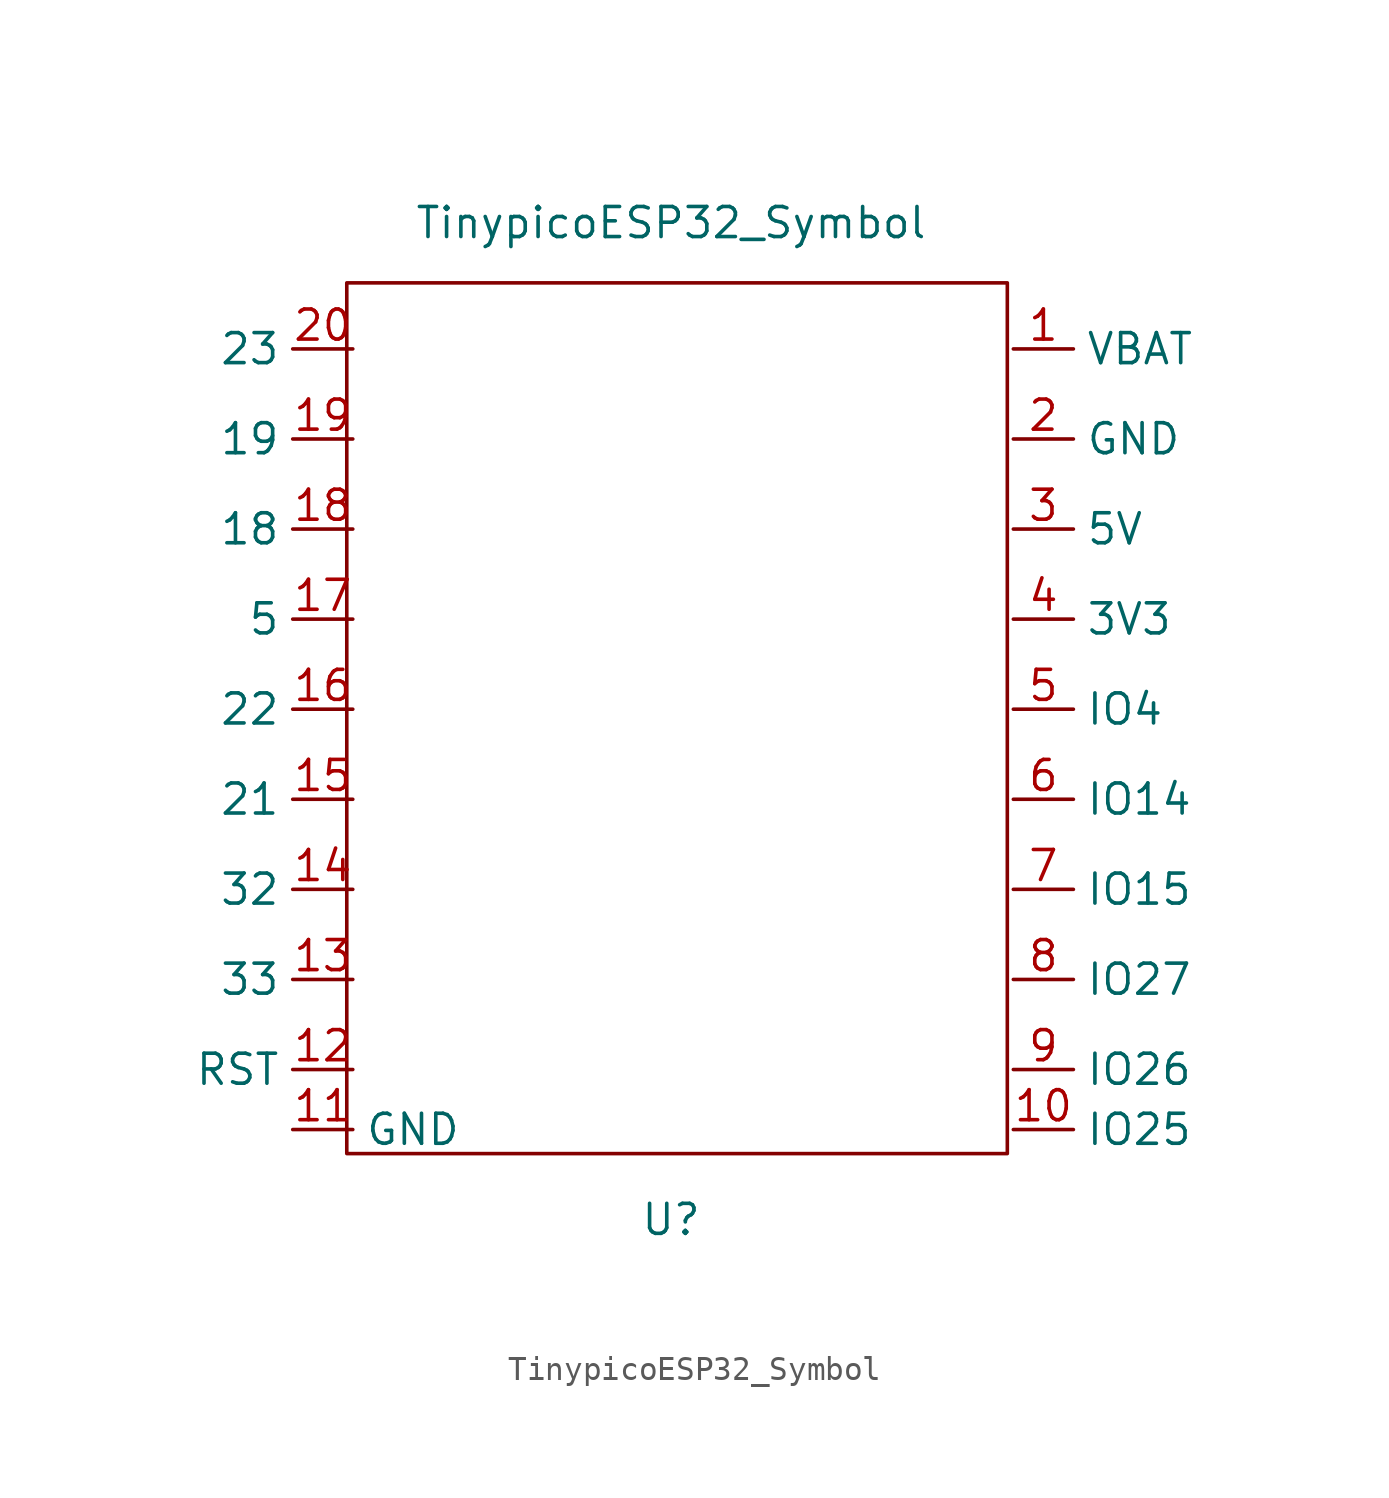
<source format=kicad_sym>
(kicad_symbol_lib
  (version 20211014)
  (generator kicad_symbol_editor)
  (symbol "TinypicoESP32_Symbol"
    (property "Reference" "U"
      (at -0.508 -20.32 0)
      (effects (font (size 1.27 1.27))))
    (property "Value" "TinypicoESP32_Symbol"
      (at -0.508 21.844 0)
      (effects (font (size 1.27 1.27))))
    (symbol "TinypicoESP32_Symbol_0_1"
      (rectangle (start 13.716 -17.526) (end -14.224 19.304) (stroke (width 0.152) (type default) (color 0 0 0 0)) (fill (type none))))
    (symbol "TinypicoESP32_Symbol_1_1"
      (pin power_in line (at 13.97 16.51 0) (length 2.54) (name "VBAT" (effects (font (size 1.27 1.27)))) (number "1" (effects (font (size 1.27 1.27)))))
      (pin bidirectional line (at 13.97 -16.51 0) (length 2.54) (name "IO25" (effects (font (size 1.27 1.27)))) (number "10" (effects (font (size 1.27 1.27)))))
      (pin power_in line (at -16.51 -16.51 0) (length 2.54) (name "GND" (effects (font (size 1.27 1.27)))) (number "11" (effects (font (size 1.27 1.27)))))
      (pin bidirectional line (at -13.97 -13.97 180) (length 2.54) (name "RST" (effects (font (size 1.27 1.27)))) (number "12" (effects (font (size 1.27 1.27)))))
      (pin bidirectional line (at -13.97 -10.16 180) (length 2.54) (name "33" (effects (font (size 1.27 1.27)))) (number "13" (effects (font (size 1.27 1.27)))))
      (pin bidirectional line (at -13.97 -6.35 180) (length 2.54) (name "32" (effects (font (size 1.27 1.27)))) (number "14" (effects (font (size 1.27 1.27)))))
      (pin bidirectional line (at -13.97 -2.54 180) (length 2.54) (name "21" (effects (font (size 1.27 1.27)))) (number "15" (effects (font (size 1.27 1.27)))))
      (pin bidirectional line (at -13.97 1.27 180) (length 2.54) (name "22" (effects (font (size 1.27 1.27)))) (number "16" (effects (font (size 1.27 1.27)))))
      (pin bidirectional line (at -13.97 5.08 180) (length 2.54) (name "5" (effects (font (size 1.27 1.27)))) (number "17" (effects (font (size 1.27 1.27)))))
      (pin bidirectional line (at -13.97 8.89 180) (length 2.54) (name "18" (effects (font (size 1.27 1.27)))) (number "18" (effects (font (size 1.27 1.27)))))
      (pin bidirectional line (at -13.97 12.7 180) (length 2.54) (name "19" (effects (font (size 1.27 1.27)))) (number "19" (effects (font (size 1.27 1.27)))))
      (pin power_in line (at 13.97 12.7 0) (length 2.54) (name "GND" (effects (font (size 1.27 1.27)))) (number "2" (effects (font (size 1.27 1.27)))))
      (pin bidirectional line (at -13.97 16.51 180) (length 2.54) (name "23" (effects (font (size 1.27 1.27)))) (number "20" (effects (font (size 1.27 1.27)))))
      (pin power_in line (at 13.97 8.89 0) (length 2.54) (name "5V" (effects (font (size 1.27 1.27)))) (number "3" (effects (font (size 1.27 1.27)))))
      (pin power_in line (at 13.97 5.08 0) (length 2.54) (name "3V3" (effects (font (size 1.27 1.27)))) (number "4" (effects (font (size 1.27 1.27)))))
      (pin bidirectional line (at 13.97 1.27 0) (length 2.54) (name "IO4" (effects (font (size 1.27 1.27)))) (number "5" (effects (font (size 1.27 1.27)))))
      (pin bidirectional line (at 13.97 -2.54 0) (length 2.54) (name "IO14" (effects (font (size 1.27 1.27)))) (number "6" (effects (font (size 1.27 1.27)))))
      (pin bidirectional line (at 13.97 -6.35 0) (length 2.54) (name "IO15" (effects (font (size 1.27 1.27)))) (number "7" (effects (font (size 1.27 1.27)))))
      (pin bidirectional line (at 13.97 -10.16 0) (length 2.54) (name "IO27" (effects (font (size 1.27 1.27)))) (number "8" (effects (font (size 1.27 1.27)))))
      (pin bidirectional line (at 13.97 -13.97 0) (length 2.54) (name "IO26" (effects (font (size 1.27 1.27)))) (number "9" (effects (font (size 1.27 1.27))))))))
</source>
